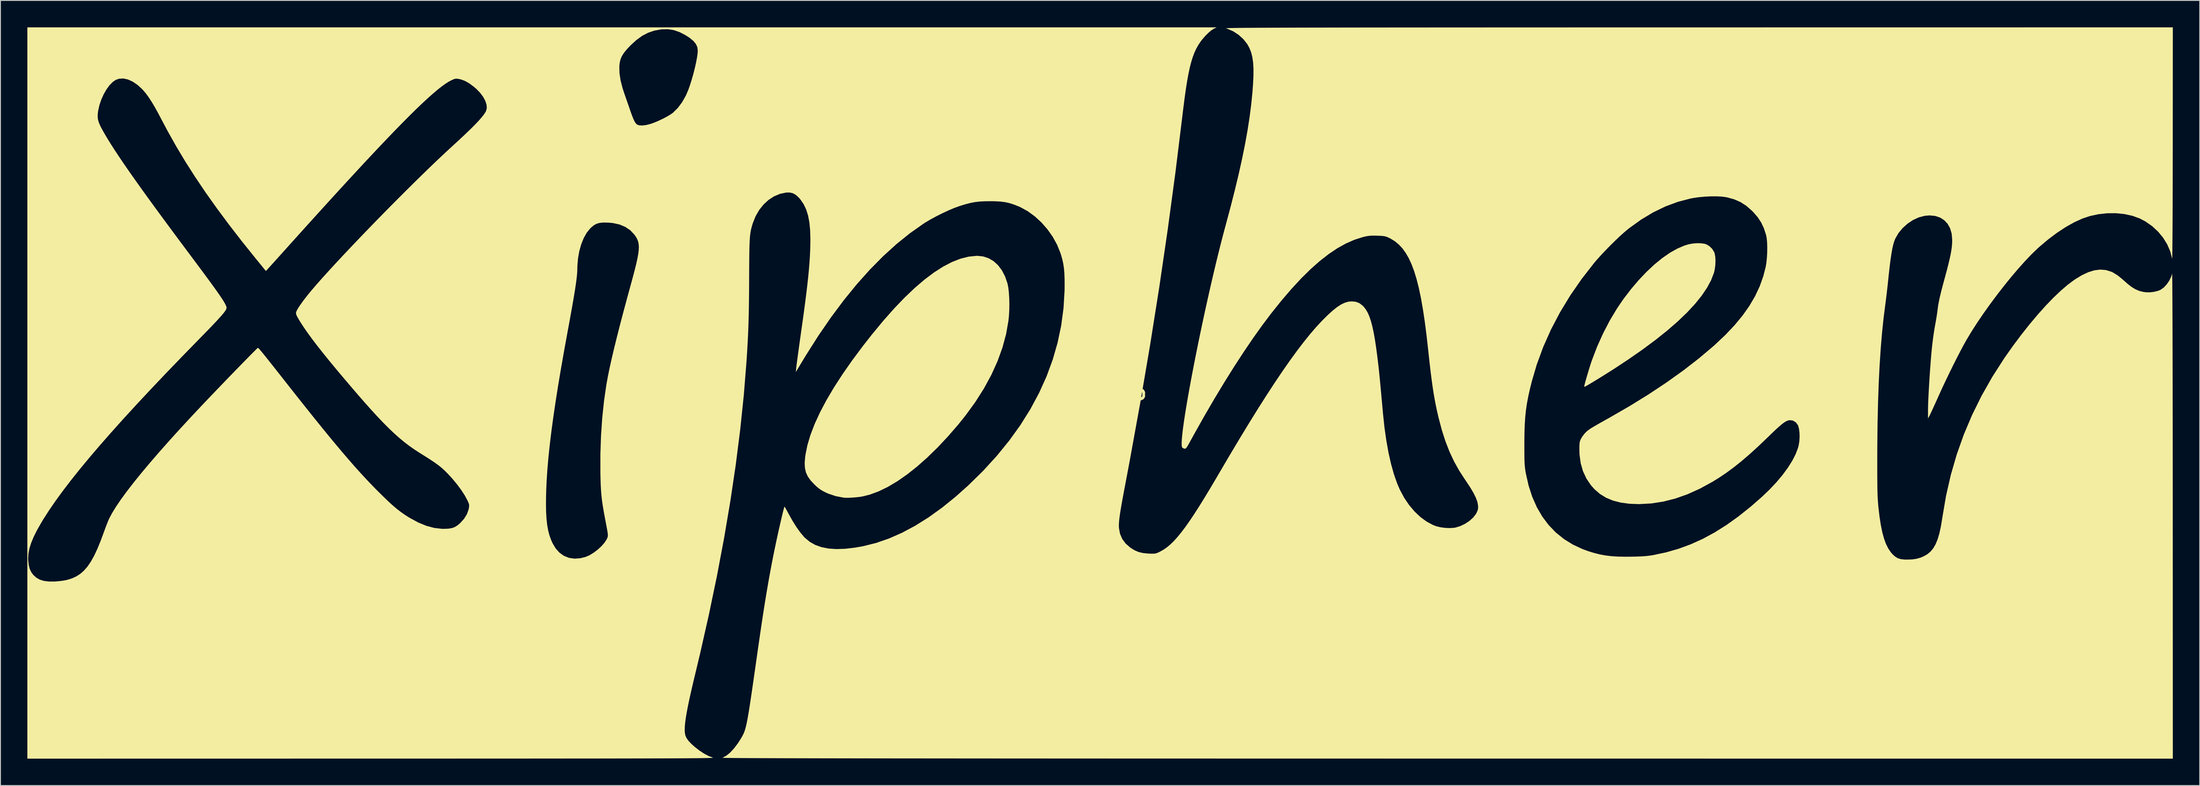
<source format=kicad_pcb>
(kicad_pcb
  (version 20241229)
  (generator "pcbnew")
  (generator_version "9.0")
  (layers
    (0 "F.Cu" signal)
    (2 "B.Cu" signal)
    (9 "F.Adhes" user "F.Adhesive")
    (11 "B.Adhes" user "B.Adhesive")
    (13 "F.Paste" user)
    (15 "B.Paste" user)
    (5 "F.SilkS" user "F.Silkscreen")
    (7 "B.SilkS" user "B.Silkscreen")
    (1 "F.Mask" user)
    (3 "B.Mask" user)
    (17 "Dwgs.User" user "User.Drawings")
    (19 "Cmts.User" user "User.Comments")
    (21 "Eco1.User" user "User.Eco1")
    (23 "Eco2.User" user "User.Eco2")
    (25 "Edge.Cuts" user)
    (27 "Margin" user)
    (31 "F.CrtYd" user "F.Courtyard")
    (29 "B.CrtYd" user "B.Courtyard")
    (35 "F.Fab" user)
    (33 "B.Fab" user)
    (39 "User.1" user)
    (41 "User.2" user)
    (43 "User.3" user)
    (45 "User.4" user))
  (footprint "text_logo"
    (layer "F.Cu")
    (at 119.555 40.728)
    (property "Reference" "text_logo" (at 0 0 0) (layer "F.SilkS") (effects (font (size 1.524 1.524) (thickness 0.3))))
    (attr board_only exclude_from_pos_files exclude_from_bom)
    (fp_poly (pts (xy 67.049 -16.655) (xy 67.447 -16.593) (xy 67.601 -16.546) (xy 67.962 -16.339) (xy 68.274 -16.034) (xy 68.496 -15.675) (xy 68.549 -15.532) (xy 68.619 -15.153) (xy 68.642 -14.687) (xy 68.619 -14.185) (xy 68.552 -13.698) (xy 68.47 -13.36) (xy 68.153 -12.538) (xy 67.693 -11.684) (xy 67.091 -10.797) (xy 66.348 -9.878) (xy 65.463 -8.927) (xy 64.437 -7.945) (xy 63.27 -6.931) (xy 61.962 -5.886) (xy 60.513 -4.81) (xy 58.923 -3.703) (xy 57.442 -2.725) (xy 57.031 -2.461) (xy 56.589 -2.182) (xy 56.134 -1.897) (xy 55.683 -1.618) (xy 55.255 -1.355) (xy 54.866 -1.119) (xy 54.534 -0.921) (xy 54.277 -0.771) (xy 54.112 -0.68) (xy 54.058 -0.657) (xy 54.012 -0.712) (xy 54.011 -0.72) (xy 54.032 -0.83) (xy 54.089 -1.052) (xy 54.175 -1.362) (xy 54.281 -1.733) (xy 54.4 -2.139) (xy 54.525 -2.553) (xy 54.648 -2.95) (xy 54.761 -3.304) (xy 54.853 -3.576) (xy 55.435 -5.102) (xy 56.108 -6.599) (xy 56.854 -8.036) (xy 57.661 -9.385) (xy 58.379 -10.437) (xy 59.225 -11.542) (xy 60.089 -12.557) (xy 60.962 -13.477) (xy 61.836 -14.294) (xy 62.704 -15.002) (xy 63.557 -15.594) (xy 64.388 -16.063) (xy 65.188 -16.404) (xy 65.617 -16.535) (xy 66.088 -16.625) (xy 66.58 -16.665)) (stroke (width 0) (type solid)) (fill yes) (layer "F.SilkS"))
    (fp_poly (pts (xy -12.986 -15.185) (xy -12.379 -14.982) (xy -11.826 -14.652) (xy -11.333 -14.201) (xy -10.909 -13.636) (xy -10.56 -12.965) (xy -10.293 -12.192) (xy -10.283 -12.153) (xy -10.196 -11.716) (xy -10.133 -11.168) (xy -10.093 -10.543) (xy -10.078 -9.874) (xy -10.089 -9.194) (xy -10.127 -8.536) (xy -10.178 -8.04) (xy -10.44 -6.542) (xy -10.846 -5.033) (xy -11.394 -3.516) (xy -12.082 -1.996) (xy -12.909 -0.474) (xy -13.874 1.045) (xy -14.974 2.557) (xy -15.761 3.537) (xy -16.928 4.883) (xy -18.087 6.117) (xy -19.235 7.236) (xy -20.366 8.238) (xy -21.477 9.118) (xy -22.564 9.874) (xy -23.623 10.503) (xy -24.649 11.001) (xy -25.639 11.366) (xy -26.458 11.571) (xy -26.824 11.628) (xy -27.25 11.673) (xy -27.69 11.705) (xy -28.099 11.72) (xy -28.43 11.715) (xy -28.539 11.706) (xy -29.423 11.538) (xy -30.266 11.256) (xy -30.56 11.125) (xy -30.941 10.927) (xy -31.258 10.721) (xy -31.568 10.467) (xy -31.816 10.234) (xy -32.237 9.783) (xy -32.548 9.345) (xy -32.756 8.894) (xy -32.869 8.402) (xy -32.897 7.843) (xy -32.846 7.191) (xy -32.813 6.944) (xy -32.597 5.864) (xy -32.254 4.712) (xy -31.785 3.49) (xy -31.191 2.199) (xy -30.472 0.839) (xy -29.63 -0.587) (xy -28.663 -2.08) (xy -27.574 -3.638) (xy -26.362 -5.26) (xy -25.362 -6.532) (xy -24.123 -8.03) (xy -22.92 -9.387) (xy -21.754 -10.603) (xy -20.625 -11.677) (xy -19.533 -12.611) (xy -18.478 -13.403) (xy -17.459 -14.055) (xy -16.477 -14.566) (xy -15.532 -14.936) (xy -14.623 -15.165) (xy -13.75 -15.253) (xy -13.64 -15.255)) (stroke (width 0) (type solid)) (fill yes) (layer "F.SilkS"))
    (fp_poly (pts (xy 119.62 -27.644) (xy 119.618 -26.114) (xy 119.616 -24.659) (xy 119.614 -23.286) (xy 119.611 -21.998) (xy 119.607 -20.801) (xy 119.603 -19.701) (xy 119.598 -18.701) (xy 119.593 -17.808) (xy 119.587 -17.026) (xy 119.581 -16.36) (xy 119.575 -15.816) (xy 119.568 -15.397) (xy 119.561 -15.111) (xy 119.554 -14.961) (xy 119.547 -14.945) (xy 119.341 -15.753) (xy 119.002 -16.535) (xy 118.544 -17.276) (xy 117.98 -17.958) (xy 117.324 -18.565) (xy 116.588 -19.08) (xy 115.945 -19.419) (xy 115.13 -19.716) (xy 114.234 -19.913) (xy 113.285 -20.008) (xy 112.308 -20.002) (xy 111.329 -19.895) (xy 110.373 -19.688) (xy 109.569 -19.42) (xy 108.658 -19.007) (xy 107.703 -18.473) (xy 106.721 -17.828) (xy 105.729 -17.084) (xy 104.743 -16.252) (xy 104.544 -16.072) (xy 103.882 -15.433) (xy 103.166 -14.684) (xy 102.411 -13.84) (xy 101.63 -12.922) (xy 100.839 -11.946) (xy 100.049 -10.931) (xy 99.277 -9.895) (xy 98.535 -8.855) (xy 97.838 -7.831) (xy 97.2 -6.839) (xy 96.634 -5.899) (xy 96.604 -5.846) (xy 96.287 -5.278) (xy 95.926 -4.599) (xy 95.532 -3.837) (xy 95.119 -3.015) (xy 94.698 -2.158) (xy 94.282 -1.293) (xy 93.883 -0.443) (xy 93.515 0.367) (xy 93.5 0.401) (xy 93.279 0.894) (xy 93.067 1.362) (xy 92.874 1.782) (xy 92.712 2.133) (xy 92.59 2.392) (xy 92.527 2.518) (xy 92.337 2.883) (xy 92.334 1.971) (xy 92.339 1.586) (xy 92.356 1.079) (xy 92.382 0.473) (xy 92.418 -0.208) (xy 92.46 -0.941) (xy 92.508 -1.704) (xy 92.561 -2.472) (xy 92.616 -3.222) (xy 92.673 -3.932) (xy 92.729 -4.577) (xy 92.767 -4.968) (xy 92.828 -5.513) (xy 92.904 -6.106) (xy 92.988 -6.694) (xy 93.072 -7.224) (xy 93.126 -7.522) (xy 93.206 -7.959) (xy 93.279 -8.392) (xy 93.34 -8.779) (xy 93.381 -9.079) (xy 93.39 -9.16) (xy 93.474 -9.775) (xy 93.621 -10.52) (xy 93.829 -11.394) (xy 94.021 -12.116) (xy 94.259 -12.991) (xy 94.459 -13.742) (xy 94.622 -14.385) (xy 94.753 -14.936) (xy 94.855 -15.409) (xy 94.929 -15.821) (xy 94.981 -16.187) (xy 95.013 -16.524) (xy 95.029 -16.846) (xy 95.031 -17.053) (xy 94.972 -17.732) (xy 94.799 -18.326) (xy 94.52 -18.827) (xy 94.144 -19.229) (xy 93.68 -19.523) (xy 93.133 -19.703) (xy 92.514 -19.763) (xy 91.98 -19.719) (xy 91.318 -19.549) (xy 90.671 -19.253) (xy 90.062 -18.85) (xy 89.515 -18.359) (xy 89.052 -17.802) (xy 88.698 -17.196) (xy 88.565 -16.87) (xy 88.462 -16.524) (xy 88.362 -16.084) (xy 88.264 -15.539) (xy 88.165 -14.88) (xy 88.065 -14.098) (xy 87.962 -13.184) (xy 87.916 -12.748) (xy 87.856 -12.177) (xy 87.791 -11.588) (xy 87.725 -11.019) (xy 87.663 -10.505) (xy 87.609 -10.084) (xy 87.589 -9.938) (xy 87.389 -8.379) (xy 87.214 -6.711) (xy 87.064 -4.93) (xy 86.939 -3.031) (xy 86.839 -1.008) (xy 86.763 1.141) (xy 86.711 3.422) (xy 86.683 5.841) (xy 86.677 7.372) (xy 86.677 8.307) (xy 86.679 9.111) (xy 86.683 9.799) (xy 86.689 10.387) (xy 86.697 10.89) (xy 86.709 11.323) (xy 86.724 11.701) (xy 86.744 12.039) (xy 86.767 12.353) (xy 86.795 12.658) (xy 86.805 12.76) (xy 86.931 13.829) (xy 87.076 14.764) (xy 87.242 15.575) (xy 87.433 16.272) (xy 87.652 16.866) (xy 87.903 17.369) (xy 88.188 17.789) (xy 88.396 18.026) (xy 88.686 18.288) (xy 88.982 18.462) (xy 89.323 18.563) (xy 89.748 18.606) (xy 89.973 18.61) (xy 90.566 18.59) (xy 91.067 18.517) (xy 91.523 18.385) (xy 91.856 18.244) (xy 92.261 18.012) (xy 92.613 17.719) (xy 92.917 17.353) (xy 93.179 16.902) (xy 93.405 16.353) (xy 93.6 15.696) (xy 93.77 14.918) (xy 93.921 14.009) (xy 93.936 13.904) (xy 94.344 11.504) (xy 94.877 9.169) (xy 95.537 6.892) (xy 96.327 4.666) (xy 97.25 2.486) (xy 98.308 0.344) (xy 99.505 -1.765) (xy 100.842 -3.849) (xy 101.807 -5.219) (xy 102.74 -6.464) (xy 103.667 -7.634) (xy 104.579 -8.718) (xy 105.469 -9.71) (xy 106.33 -10.601) (xy 107.154 -11.383) (xy 107.933 -12.048) (xy 108.66 -12.589) (xy 108.69 -12.609) (xy 109.47 -13.087) (xy 110.2 -13.43) (xy 110.886 -13.642) (xy 111.535 -13.722) (xy 112.152 -13.673) (xy 112.744 -13.495) (xy 112.936 -13.407) (xy 113.464 -13.087) (xy 114.024 -12.632) (xy 114.093 -12.569) (xy 114.599 -12.121) (xy 115.046 -11.778) (xy 115.46 -11.527) (xy 115.866 -11.352) (xy 116.291 -11.242) (xy 116.635 -11.192) (xy 117.077 -11.186) (xy 117.552 -11.246) (xy 117.996 -11.359) (xy 118.254 -11.465) (xy 118.607 -11.712) (xy 118.942 -12.068) (xy 119.234 -12.497) (xy 119.455 -12.961) (xy 119.549 -13.266) (xy 119.554 -13.216) (xy 119.559 -13.024) (xy 119.564 -12.694) (xy 119.569 -12.229) (xy 119.574 -11.635) (xy 119.578 -10.914) (xy 119.583 -10.071) (xy 119.587 -9.109) (xy 119.591 -8.033) (xy 119.595 -6.847) (xy 119.598 -5.554) (xy 119.602 -4.158) (xy 119.605 -2.664) (xy 119.608 -1.075) (xy 119.61 0.605) (xy 119.613 2.371) (xy 119.615 4.22) (xy 119.617 6.149) (xy 119.618 8.152) (xy 119.619 10.226) (xy 119.62 12.368) (xy 119.621 13.631) (xy 119.628 40.801) (xy 38.666 40.795) (xy 34.321 40.795) (xy 30.12 40.794) (xy 26.061 40.794) (xy 22.142 40.793) (xy 18.361 40.793) (xy 14.717 40.792) (xy 11.207 40.791) (xy 7.83 40.791) (xy 4.583 40.79) (xy 1.464 40.789) (xy -1.528 40.788) (xy -4.395 40.787) (xy -7.139 40.785) (xy -9.763 40.784) (xy -12.268 40.783) (xy -14.656 40.781) (xy -16.929 40.78) (xy -19.089 40.778) (xy -21.138 40.776) (xy -23.078 40.775) (xy -24.911 40.773) (xy -26.638 40.771) (xy -28.262 40.768) (xy -29.785 40.766) (xy -31.208 40.764) (xy -32.534 40.761) (xy -33.764 40.759) (xy -34.9 40.756) (xy -35.945 40.753) (xy -36.9 40.75) (xy -37.767 40.747) (xy -38.549 40.744) (xy -39.246 40.741) (xy -39.862 40.737) (xy -40.397 40.733) (xy -40.854 40.73) (xy -41.235 40.726) (xy -41.542 40.722) (xy -41.777 40.718) (xy -41.941 40.713) (xy -42.036 40.709) (xy -42.066 40.704) (xy -42.064 40.704) (xy -41.65 40.486) (xy -41.217 40.136) (xy -40.777 39.663) (xy -40.338 39.08) (xy -40.049 38.629) (xy -39.949 38.463) (xy -39.859 38.307) (xy -39.776 38.153) (xy -39.7 37.993) (xy -39.628 37.818) (xy -39.559 37.619) (xy -39.491 37.388) (xy -39.423 37.116) (xy -39.352 36.795) (xy -39.278 36.417) (xy -39.199 35.972) (xy -39.112 35.453) (xy -39.016 34.85) (xy -38.911 34.155) (xy -38.793 33.36) (xy -38.661 32.456) (xy -38.514 31.435) (xy -38.35 30.288) (xy -38.168 29.007) (xy -38.132 28.757) (xy -37.91 27.216) (xy -37.701 25.801) (xy -37.502 24.496) (xy -37.31 23.282) (xy -37.122 22.142) (xy -36.935 21.058) (xy -36.746 20.012) (xy -36.553 18.986) (xy -36.387 18.138) (xy -36.274 17.582) (xy -36.151 16.99) (xy -36.02 16.378) (xy -35.886 15.763) (xy -35.752 15.161) (xy -35.622 14.588) (xy -35.5 14.062) (xy -35.39 13.598) (xy -35.295 13.214) (xy -35.22 12.925) (xy -35.167 12.749) (xy -35.144 12.7) (xy -35.103 12.761) (xy -35.007 12.926) (xy -34.87 13.173) (xy -34.706 13.477) (xy -34.674 13.538) (xy -34.239 14.309) (xy -33.803 15.002) (xy -33.376 15.597) (xy -32.973 16.075) (xy -32.874 16.177) (xy -32.343 16.621) (xy -31.731 16.969) (xy -31.034 17.22) (xy -30.248 17.376) (xy -29.367 17.437) (xy -28.386 17.404) (xy -27.301 17.278) (xy -26.36 17.111) (xy -24.926 16.753) (xy -23.483 16.253) (xy -22.029 15.612) (xy -20.563 14.828) (xy -19.085 13.901) (xy -17.594 12.83) (xy -16.089 11.615) (xy -14.669 10.349) (xy -13.005 8.716) (xy -11.479 7.047) (xy -10.091 5.342) (xy -8.842 3.604) (xy -7.733 1.832) (xy -6.764 0.028) (xy -5.936 -1.806) (xy -5.249 -3.67) (xy -4.704 -5.563) (xy -4.3 -7.483) (xy -4.04 -9.43) (xy -3.923 -11.401) (xy -3.916 -11.97) (xy -3.922 -12.707) (xy -3.947 -13.331) (xy -3.993 -13.874) (xy -4.066 -14.367) (xy -4.17 -14.843) (xy -4.309 -15.334) (xy -4.388 -15.581) (xy -4.756 -16.493) (xy -5.242 -17.375) (xy -5.829 -18.209) (xy -6.5 -18.975) (xy -7.24 -19.655) (xy -8.03 -20.231) (xy -8.856 -20.684) (xy -9.037 -20.764) (xy -9.573 -20.975) (xy -10.061 -21.131) (xy -10.542 -21.238) (xy -11.056 -21.305) (xy -11.642 -21.338) (xy -12.189 -21.346) (xy -12.861 -21.337) (xy -13.435 -21.305) (xy -13.957 -21.241) (xy -14.475 -21.139) (xy -15.033 -20.991) (xy -15.663 -20.796) (xy -16.222 -20.592) (xy -16.863 -20.322) (xy -17.548 -20.003) (xy -18.239 -19.655) (xy -18.899 -19.296) (xy -19.491 -18.943) (xy -19.652 -18.839) (xy -21.166 -17.772) (xy -22.669 -16.56) (xy -24.159 -15.206) (xy -25.635 -13.712) (xy -27.094 -12.079) (xy -28.536 -10.308) (xy -29.959 -8.402) (xy -31.362 -6.363) (xy -32.742 -4.191) (xy -33.027 -3.722) (xy -33.884 -2.299) (xy -33.834 -2.81) (xy -33.814 -2.981) (xy -33.776 -3.281) (xy -33.721 -3.693) (xy -33.652 -4.203) (xy -33.571 -4.794) (xy -33.48 -5.451) (xy -33.381 -6.157) (xy -33.277 -6.897) (xy -33.243 -7.134) (xy -33.05 -8.511) (xy -32.882 -9.756) (xy -32.737 -10.883) (xy -32.614 -11.905) (xy -32.512 -12.835) (xy -32.429 -13.685) (xy -32.364 -14.468) (xy -32.316 -15.197) (xy -32.284 -15.886) (xy -32.266 -16.545) (xy -32.261 -17.116) (xy -32.288 -18.111) (xy -32.373 -18.984) (xy -32.518 -19.747) (xy -32.727 -20.415) (xy -33.004 -21) (xy -33.353 -21.515) (xy -33.506 -21.698) (xy -33.851 -22.028) (xy -34.197 -22.23) (xy -34.575 -22.317) (xy -34.961 -22.31) (xy -35.652 -22.166) (xy -36.311 -21.889) (xy -36.924 -21.49) (xy -37.48 -20.98) (xy -37.965 -20.372) (xy -38.368 -19.676) (xy -38.676 -18.904) (xy -38.755 -18.65) (xy -38.822 -18.411) (xy -38.88 -18.176) (xy -38.928 -17.93) (xy -38.967 -17.659) (xy -38.999 -17.352) (xy -39.025 -16.994) (xy -39.044 -16.573) (xy -39.059 -16.075) (xy -39.069 -15.486) (xy -39.077 -14.794) (xy -39.083 -13.985) (xy -39.087 -13.046) (xy -39.088 -12.846) (xy -39.094 -11.62) (xy -39.104 -10.517) (xy -39.118 -9.512) (xy -39.137 -8.582) (xy -39.162 -7.702) (xy -39.193 -6.851) (xy -39.232 -6.002) (xy -39.279 -5.134) (xy -39.334 -4.222) (xy -39.381 -3.503) (xy -39.681 0.242) (xy -40.081 4.09) (xy -40.581 8.037) (xy -41.182 12.08) (xy -41.882 16.217) (xy -42.68 20.444) (xy -43.578 24.759) (xy -44.573 29.159) (xy -45.044 31.13) (xy -45.319 32.279) (xy -45.556 33.297) (xy -45.756 34.195) (xy -45.92 34.981) (xy -46.05 35.665) (xy -46.149 36.257) (xy -46.218 36.766) (xy -46.258 37.203) (xy -46.271 37.576) (xy -46.261 37.87) (xy -46.205 38.191) (xy -46.074 38.498) (xy -45.854 38.812) (xy -45.531 39.154) (xy -45.165 39.482) (xy -44.628 39.902) (xy -44.089 40.255) (xy -43.577 40.522) (xy -43.136 40.684) (xy -43.118 40.692) (xy -43.127 40.699) (xy -43.166 40.706) (xy -43.24 40.713) (xy -43.351 40.72) (xy -43.503 40.726) (xy -43.7 40.731) (xy -43.945 40.737) (xy -44.242 40.742) (xy -44.593 40.747) (xy -45.004 40.751) (xy -45.476 40.755) (xy -46.015 40.759) (xy -46.622 40.763) (xy -47.303 40.766) (xy -48.059 40.77) (xy -48.896 40.773) (xy -49.815 40.775) (xy -50.822 40.778) (xy -51.918 40.78) (xy -53.109 40.782) (xy -54.396 40.784) (xy -55.785 40.786) (xy -57.278 40.787) (xy -58.879 40.788) (xy -60.591 40.79) (xy -62.418 40.791) (xy -64.364 40.792) (xy -66.431 40.793) (xy -68.624 40.793) (xy -70.946 40.794) (xy -73.4 40.795) (xy -75.99 40.795) (xy -78.72 40.795) (xy -81.145 40.796) (xy -119.555 40.801) (xy -119.555 18.507) (xy -119.468 18.507) (xy -119.461 18.683) (xy -119.399 19.231) (xy -119.283 19.673) (xy -119.1 20.043) (xy -118.895 20.314) (xy -118.557 20.625) (xy -118.161 20.849) (xy -117.687 20.99) (xy -117.119 21.056) (xy -116.467 21.052) (xy -116.064 21.02) (xy -115.642 20.968) (xy -115.267 20.904) (xy -115.116 20.87) (xy -114.582 20.704) (xy -114.095 20.481) (xy -113.648 20.192) (xy -113.234 19.827) (xy -112.844 19.376) (xy -112.472 18.829) (xy -112.109 18.177) (xy -111.749 17.409) (xy -111.383 16.516) (xy -111.025 15.547) (xy -110.874 15.134) (xy -110.72 14.728) (xy -110.578 14.37) (xy -110.462 14.097) (xy -110.432 14.034) (xy -110.106 13.418) (xy -109.67 12.709) (xy -109.127 11.91) (xy -108.479 11.023) (xy -107.726 10.049) (xy -106.872 8.991) (xy -105.917 7.852) (xy -104.864 6.632) (xy -103.714 5.335) (xy -102.469 3.963) (xy -101.131 2.517) (xy -100.14 1.464) (xy -99.684 0.983) (xy -99.192 0.467) (xy -98.673 -0.075) (xy -98.137 -0.633) (xy -97.594 -1.197) (xy -97.054 -1.757) (xy -96.524 -2.303) (xy -96.017 -2.826) (xy -95.54 -3.315) (xy -95.104 -3.76) (xy -94.718 -4.153) (xy -94.391 -4.483) (xy -94.134 -4.739) (xy -93.956 -4.913) (xy -93.866 -4.995) (xy -93.858 -5) (xy -93.828 -4.987) (xy -93.776 -4.943) (xy -93.697 -4.86) (xy -93.584 -4.732) (xy -93.43 -4.549) (xy -93.231 -4.305) (xy -92.978 -3.993) (xy -92.668 -3.603) (xy -92.292 -3.13) (xy -91.845 -2.564) (xy -91.321 -1.9) (xy -90.714 -1.128) (xy -90.671 -1.073) (xy -89.567 0.327) (xy -88.542 1.618) (xy -87.592 2.806) (xy -86.708 3.9) (xy -85.886 4.906) (xy -85.118 5.833) (xy -84.398 6.688) (xy -83.72 7.478) (xy -83.078 8.212) (xy -82.464 8.896) (xy -81.873 9.538) (xy -81.297 10.147) (xy -80.732 10.729) (xy -80.507 10.955) (xy -79.89 11.567) (xy -79.351 12.086) (xy -78.871 12.525) (xy -78.431 12.902) (xy -78.013 13.231) (xy -77.598 13.529) (xy -77.167 13.811) (xy -76.893 13.979) (xy -75.961 14.482) (xy -75.065 14.848) (xy -74.197 15.079) (xy -73.35 15.177) (xy -73.136 15.182) (xy -72.631 15.163) (xy -72.231 15.1) (xy -71.895 14.978) (xy -71.586 14.784) (xy -71.323 14.56) (xy -70.876 14.069) (xy -70.552 13.547) (xy -70.362 13.012) (xy -70.347 12.939) (xy -70.309 12.705) (xy -70.304 12.531) (xy -70.334 12.401) (xy -61.738 12.401) (xy -61.724 13.287) (xy -61.679 14.064) (xy -61.603 14.749) (xy -61.494 15.359) (xy -61.348 15.912) (xy -61.163 16.425) (xy -61.015 16.76) (xy -60.658 17.364) (xy -60.227 17.843) (xy -59.73 18.195) (xy -59.173 18.416) (xy -58.561 18.504) (xy -57.9 18.456) (xy -57.32 18.312) (xy -56.888 18.126) (xy -56.432 17.849) (xy -55.982 17.509) (xy -55.57 17.131) (xy -55.226 16.743) (xy -54.982 16.371) (xy -54.943 16.29) (xy -54.896 16.182) (xy -54.862 16.086) (xy -54.843 15.981) (xy -54.841 15.849) (xy -54.857 15.67) (xy -54.893 15.426) (xy -54.951 15.096) (xy -55.033 14.661) (xy -55.14 14.103) (xy -55.143 14.087) (xy -55.285 13.326) (xy -55.398 12.664) (xy -55.486 12.064) (xy -55.552 11.491) (xy -55.6 10.91) (xy -55.634 10.284) (xy -55.658 9.578) (xy -55.672 8.895) (xy -55.671 6.836) (xy -55.602 4.805) (xy -55.467 2.826) (xy -55.267 0.922) (xy -55.005 -0.884) (xy -54.842 -1.788) (xy -54.658 -2.69) (xy -54.429 -3.723) (xy -54.156 -4.884) (xy -53.841 -6.164) (xy -53.486 -7.559) (xy -53.091 -9.062) (xy -52.659 -10.668) (xy -52.332 -11.861) (xy -52.075 -12.802) (xy -51.86 -13.616) (xy -51.686 -14.316) (xy -51.552 -14.914) (xy -51.458 -15.423) (xy -51.402 -15.854) (xy -51.383 -16.222) (xy -51.401 -16.537) (xy -51.454 -16.813) (xy -51.542 -17.062) (xy -51.663 -17.297) (xy -51.817 -17.53) (xy -51.887 -17.625) (xy -52.339 -18.104) (xy -52.892 -18.48) (xy -53.54 -18.75) (xy -54.28 -18.912) (xy -54.785 -18.958) (xy -55.305 -18.968) (xy -55.717 -18.935) (xy -56.054 -18.848) (xy -56.35 -18.697) (xy -56.639 -18.47) (xy -56.806 -18.311) (xy -57.192 -17.836) (xy -57.527 -17.243) (xy -57.806 -16.552) (xy -58.022 -15.784) (xy -58.169 -14.959) (xy -58.239 -14.099) (xy -58.245 -13.79) (xy -58.252 -13.517) (xy -58.275 -13.191) (xy -58.315 -12.802) (xy -58.373 -12.341) (xy -58.452 -11.798) (xy -58.551 -11.165) (xy -58.674 -10.431) (xy -58.82 -9.587) (xy -58.993 -8.624) (xy -59.192 -7.532) (xy -59.31 -6.897) (xy -59.708 -4.715) (xy -60.068 -2.666) (xy -60.39 -0.743) (xy -60.675 1.06) (xy -60.923 2.75) (xy -61.137 4.335) (xy -61.317 5.822) (xy -61.464 7.217) (xy -61.578 8.528) (xy -61.661 9.762) (xy -61.713 10.924) (xy -61.726 11.389) (xy -61.738 12.401) (xy -70.334 12.401) (xy -70.342 12.363) (xy -70.432 12.146) (xy -70.496 12.006) (xy -70.788 11.463) (xy -71.176 10.864) (xy -71.639 10.238) (xy -72.154 9.613) (xy -72.698 9.018) (xy -73.019 8.699) (xy -73.26 8.477) (xy -73.513 8.261) (xy -73.797 8.041) (xy -74.129 7.803) (xy -74.528 7.533) (xy -75.012 7.22) (xy -75.598 6.851) (xy -75.813 6.717) (xy -76.388 6.346) (xy -76.948 5.953) (xy -77.505 5.53) (xy -78.066 5.067) (xy -78.643 4.555) (xy -79.244 3.985) (xy -79.88 3.346) (xy -80.561 2.63) (xy -81.295 1.827) (xy -82.094 0.929) (xy -82.966 -0.075) (xy -83.25 -0.406) (xy -84.233 -1.56) (xy -85.12 -2.616) (xy -85.917 -3.58) (xy -86.628 -4.46) (xy -87.259 -5.261) (xy -87.815 -5.992) (xy -88.302 -6.658) (xy -88.725 -7.268) (xy -89.089 -7.826) (xy -89.333 -8.226) (xy -89.493 -8.513) (xy -89.58 -8.715) (xy -89.607 -8.869) (xy -89.596 -8.968) (xy -89.517 -9.162) (xy -89.352 -9.45) (xy -89.11 -9.816) (xy -88.801 -10.244) (xy -88.437 -10.718) (xy -88.284 -10.912) (xy -87.831 -11.46) (xy -87.281 -12.098) (xy -86.644 -12.817) (xy -85.928 -13.608) (xy -85.144 -14.46) (xy -84.3 -15.365) (xy -83.407 -16.311) (xy -82.473 -17.291) (xy -81.507 -18.293) (xy -80.519 -19.31) (xy -79.519 -20.33) (xy -78.516 -21.344) (xy -77.518 -22.343) (xy -76.536 -23.317) (xy -75.579 -24.256) (xy -74.656 -25.152) (xy -73.777 -25.993) (xy -72.95 -26.771) (xy -72.221 -27.443) (xy -71.426 -28.173) (xy -70.738 -28.818) (xy -70.15 -29.384) (xy -69.656 -29.877) (xy -69.25 -30.305) (xy -68.926 -30.673) (xy -68.677 -30.988) (xy -68.496 -31.257) (xy -68.428 -31.379) (xy -68.335 -31.717) (xy -68.362 -32.107) (xy -68.501 -32.535) (xy -68.744 -32.983) (xy -69.083 -33.435) (xy -69.511 -33.876) (xy -69.766 -34.095) (xy -70.267 -34.468) (xy -70.718 -34.731) (xy -71.148 -34.902) (xy -71.428 -34.969) (xy -71.657 -35.004) (xy -71.832 -35.001) (xy -72.013 -34.95) (xy -72.259 -34.842) (xy -72.282 -34.831) (xy -72.593 -34.665) (xy -72.948 -34.438) (xy -73.35 -34.149) (xy -73.802 -33.793) (xy -74.305 -33.37) (xy -74.863 -32.875) (xy -75.477 -32.307) (xy -76.152 -31.663) (xy -76.888 -30.94) (xy -77.689 -30.135) (xy -78.558 -29.247) (xy -79.496 -28.272) (xy -80.507 -27.207) (xy -81.593 -26.051) (xy -82.757 -24.8) (xy -84 -23.452) (xy -85.327 -22.004) (xy -86.738 -20.454) (xy -88.238 -18.799) (xy -89.828 -17.036) (xy -90.61 -16.167) (xy -91.052 -15.675) (xy -91.468 -15.212) (xy -91.849 -14.79) (xy -92.181 -14.422) (xy -92.454 -14.119) (xy -92.657 -13.895) (xy -92.779 -13.762) (xy -92.804 -13.735) (xy -92.964 -13.566) (xy -94.055 -14.903) (xy -95.623 -16.856) (xy -97.079 -18.737) (xy -98.431 -20.557) (xy -99.687 -22.326) (xy -100.853 -24.057) (xy -101.939 -25.759) (xy -102.951 -27.446) (xy -103.896 -29.127) (xy -104.559 -30.376) (xy -104.987 -31.187) (xy -105.371 -31.878) (xy -105.721 -32.463) (xy -106.045 -32.956) (xy -106.353 -33.374) (xy -106.655 -33.729) (xy -106.772 -33.853) (xy -107.295 -34.328) (xy -107.822 -34.684) (xy -108.342 -34.918) (xy -108.844 -35.026) (xy -109.316 -35.003) (xy -109.679 -34.882) (xy -110.036 -34.642) (xy -110.39 -34.279) (xy -110.728 -33.819) (xy -111.037 -33.284) (xy -111.303 -32.697) (xy -111.514 -32.083) (xy -111.656 -31.466) (xy -111.684 -31.282) (xy -111.715 -30.95) (xy -111.71 -30.653) (xy -111.661 -30.362) (xy -111.56 -30.051) (xy -111.398 -29.691) (xy -111.167 -29.254) (xy -110.995 -28.949) (xy -110.667 -28.391) (xy -110.287 -27.774) (xy -109.85 -27.093) (xy -109.355 -26.343) (xy -108.797 -25.519) (xy -108.174 -24.619) (xy -107.482 -23.636) (xy -106.719 -22.567) (xy -105.882 -21.408) (xy -104.966 -20.153) (xy -103.97 -18.799) (xy -102.89 -17.342) (xy -101.723 -15.776) (xy -101.306 -15.218) (xy -100.615 -14.293) (xy -100.007 -13.476) (xy -99.478 -12.76) (xy -99.023 -12.138) (xy -98.636 -11.602) (xy -98.311 -11.146) (xy -98.045 -10.76) (xy -97.831 -10.44) (xy -97.664 -10.176) (xy -97.54 -9.962) (xy -97.452 -9.79) (xy -97.443 -9.77) (xy -97.362 -9.567) (xy -97.346 -9.429) (xy -97.391 -9.295) (xy -97.411 -9.255) (xy -97.504 -9.104) (xy -97.653 -8.904) (xy -97.864 -8.649) (xy -98.146 -8.332) (xy -98.503 -7.944) (xy -98.942 -7.479) (xy -99.471 -6.93) (xy -100.095 -6.29) (xy -100.394 -5.984) (xy -102.306 -4.026) (xy -104.106 -2.158) (xy -105.796 -0.377) (xy -107.38 1.319) (xy -108.859 2.931) (xy -110.234 4.464) (xy -111.509 5.918) (xy -112.684 7.296) (xy -113.763 8.601) (xy -114.746 9.835) (xy -115.636 11) (xy -116.436 12.099) (xy -117.146 13.134) (xy -117.77 14.107) (xy -117.971 14.439) (xy -118.456 15.289) (xy -118.84 16.053) (xy -119.129 16.743) (xy -119.327 17.373) (xy -119.438 17.956) (xy -119.468 18.507) (xy -119.555 18.507) (xy -119.555 -36.358) (xy -53.559 -36.358) (xy -53.543 -35.623) (xy -53.425 -34.829) (xy -53.202 -33.959) (xy -53.017 -33.392) (xy -52.855 -32.927) (xy -52.671 -32.401) (xy -52.492 -31.883) (xy -52.365 -31.516) (xy -52.179 -30.99) (xy -52.023 -30.588) (xy -51.889 -30.291) (xy -51.767 -30.082) (xy -51.649 -29.944) (xy -51.588 -29.894) (xy -51.349 -29.804) (xy -51.007 -29.786) (xy -50.584 -29.836) (xy -50.103 -29.956) (xy -50.056 -29.971) (xy -49.631 -30.123) (xy -49.162 -30.322) (xy -48.685 -30.549) (xy -48.237 -30.786) (xy -47.854 -31.014) (xy -47.577 -31.212) (xy -47.043 -31.74) (xy -46.559 -32.386) (xy -46.141 -33.128) (xy -45.872 -33.754) (xy -45.673 -34.32) (xy -45.48 -34.936) (xy -45.299 -35.577) (xy -45.138 -36.214) (xy -45.002 -36.82) (xy -44.899 -37.368) (xy -44.835 -37.831) (xy -44.815 -38.15) (xy -44.866 -38.524) (xy -45.025 -38.874) (xy -45.302 -39.211) (xy -45.706 -39.548) (xy -46.155 -39.841) (xy -46.832 -40.194) (xy -47.483 -40.419) (xy -48.136 -40.521) (xy -48.82 -40.509) (xy -48.9 -40.5) (xy -49.65 -40.366) (xy -50.345 -40.132) (xy -51.005 -39.788) (xy -51.652 -39.321) (xy -52.301 -38.728) (xy -52.731 -38.275) (xy -53.054 -37.876) (xy -53.284 -37.506) (xy -53.436 -37.137) (xy -53.524 -36.742) (xy -53.559 -36.358) (xy -119.555 -36.358) (xy -119.555 -40.728) (xy -53.263 -40.728) (xy 13.028 -40.727) (xy 12.715 -40.573) (xy 12.429 -40.389) (xy 12.097 -40.107) (xy 11.748 -39.756) (xy 11.411 -39.364) (xy 11.216 -39.106) (xy 10.975 -38.741) (xy 10.755 -38.347) (xy 10.555 -37.914) (xy 10.371 -37.429) (xy 10.201 -36.882) (xy 10.041 -36.262) (xy 9.889 -35.558) (xy 9.743 -34.758) (xy 9.6 -33.851) (xy 9.456 -32.827) (xy 9.309 -31.674) (xy 9.231 -31.02) (xy 8.44 -24.593) (xy 7.578 -18.198) (xy 6.641 -11.808) (xy 5.625 -5.396) (xy 4.526 1.064) (xy 3.339 7.601) (xy 2.887 9.996) (xy 2.709 10.933) (xy 2.559 11.739) (xy 2.435 12.428) (xy 2.335 13.012) (xy 2.257 13.503) (xy 2.199 13.914) (xy 2.16 14.258) (xy 2.138 14.548) (xy 2.13 14.796) (xy 2.135 15.015) (xy 2.14 15.09) (xy 2.255 15.727) (xy 2.502 16.302) (xy 2.881 16.815) (xy 3.391 17.264) (xy 3.441 17.3) (xy 3.886 17.575) (xy 4.329 17.764) (xy 4.815 17.879) (xy 5.39 17.936) (xy 5.461 17.94) (xy 5.803 17.952) (xy 6.044 17.95) (xy 6.229 17.925) (xy 6.403 17.87) (xy 6.611 17.775) (xy 6.739 17.712) (xy 7.098 17.511) (xy 7.46 17.261) (xy 7.831 16.955) (xy 8.214 16.586) (xy 8.616 16.148) (xy 9.041 15.634) (xy 9.495 15.038) (xy 9.981 14.353) (xy 10.506 13.571) (xy 11.074 12.687) (xy 11.69 11.694) (xy 12.36 10.585) (xy 13.088 9.354) (xy 13.286 9.014) (xy 14.462 7.013) (xy 15.58 5.141) (xy 16.642 3.394) (xy 17.65 1.77) (xy 18.608 0.264) (xy 19.517 -1.128) (xy 20.38 -2.409) (xy 21.199 -3.582) (xy 21.977 -4.651) (xy 22.716 -5.621) (xy 23.419 -6.493) (xy 24.088 -7.273) (xy 24.726 -7.963) (xy 24.808 -8.048) (xy 25.422 -8.658) (xy 25.968 -9.153) (xy 26.457 -9.541) (xy 26.902 -9.83) (xy 27.314 -10.027) (xy 27.706 -10.141) (xy 28.088 -10.178) (xy 28.101 -10.178) (xy 28.566 -10.128) (xy 28.961 -9.97) (xy 29.321 -9.689) (xy 29.435 -9.569) (xy 29.658 -9.283) (xy 29.862 -8.937) (xy 30.047 -8.52) (xy 30.219 -8.021) (xy 30.378 -7.43) (xy 30.529 -6.738) (xy 30.673 -5.933) (xy 30.813 -5.004) (xy 30.953 -3.942) (xy 30.98 -3.722) (xy 31.028 -3.324) (xy 31.074 -2.927) (xy 31.119 -2.518) (xy 31.165 -2.078) (xy 31.213 -1.592) (xy 31.266 -1.045) (xy 31.325 -0.419) (xy 31.392 0.301) (xy 31.467 1.132) (xy 31.553 2.089) (xy 31.568 2.263) (xy 31.734 3.832) (xy 31.941 5.308) (xy 32.188 6.681) (xy 32.473 7.945) (xy 32.793 9.089) (xy 33.148 10.105) (xy 33.459 10.827) (xy 33.935 11.713) (xy 34.483 12.522) (xy 35.091 13.244) (xy 35.747 13.864) (xy 36.436 14.371) (xy 37.148 14.75) (xy 37.512 14.89) (xy 37.969 15.004) (xy 38.492 15.074) (xy 39.02 15.096) (xy 39.496 15.066) (xy 39.652 15.04) (xy 40.194 14.875) (xy 40.725 14.62) (xy 41.211 14.297) (xy 41.624 13.926) (xy 41.933 13.529) (xy 42.01 13.389) (xy 42.124 13.129) (xy 42.175 12.913) (xy 42.176 12.662) (xy 42.166 12.537) (xy 42.091 12.156) (xy 41.927 11.709) (xy 41.669 11.188) (xy 41.314 10.585) (xy 40.858 9.892) (xy 40.73 9.707) (xy 40.077 8.704) (xy 39.499 7.668) (xy 38.988 6.577) (xy 38.63 5.657) (xy 47.335 5.657) (xy 47.335 6.33) (xy 47.338 6.88) (xy 47.343 7.326) (xy 47.353 7.69) (xy 47.369 7.994) (xy 47.391 8.259) (xy 47.421 8.506) (xy 47.459 8.757) (xy 47.504 9.014) (xy 47.809 10.365) (xy 48.216 11.616) (xy 48.725 12.766) (xy 49.333 13.813) (xy 50.041 14.755) (xy 50.846 15.591) (xy 51.748 16.319) (xy 52.744 16.937) (xy 53.835 17.444) (xy 54.426 17.66) (xy 55.096 17.867) (xy 55.732 18.028) (xy 56.366 18.147) (xy 57.028 18.227) (xy 57.75 18.274) (xy 58.563 18.29) (xy 59.23 18.286) (xy 59.889 18.271) (xy 60.434 18.249) (xy 60.895 18.216) (xy 61.304 18.17) (xy 61.692 18.11) (xy 61.694 18.109) (xy 63.129 17.805) (xy 64.521 17.406) (xy 65.882 16.906) (xy 67.222 16.3) (xy 68.552 15.581) (xy 69.882 14.744) (xy 71.223 13.783) (xy 72.586 12.694) (xy 73.809 11.625) (xy 74.659 10.813) (xy 75.432 9.992) (xy 76.119 9.173) (xy 76.712 8.368) (xy 77.203 7.588) (xy 77.583 6.845) (xy 77.845 6.15) (xy 77.921 5.86) (xy 77.991 5.418) (xy 78.02 4.943) (xy 78.008 4.474) (xy 77.958 4.052) (xy 77.872 3.716) (xy 77.827 3.613) (xy 77.601 3.314) (xy 77.307 3.125) (xy 76.996 3.066) (xy 76.833 3.078) (xy 76.666 3.122) (xy 76.482 3.207) (xy 76.269 3.342) (xy 76.016 3.536) (xy 75.708 3.8) (xy 75.334 4.142) (xy 74.882 4.573) (xy 74.446 4.996) (xy 73.418 5.978) (xy 72.458 6.852) (xy 71.55 7.631) (xy 70.679 8.326) (xy 69.83 8.951) (xy 68.987 9.517) (xy 68.3 9.939) (xy 66.908 10.7) (xy 65.536 11.32) (xy 64.18 11.8) (xy 62.832 12.142) (xy 61.486 12.35) (xy 60.135 12.424) (xy 60.106 12.424) (xy 59.036 12.384) (xy 58.075 12.254) (xy 57.215 12.031) (xy 56.447 11.712) (xy 55.765 11.293) (xy 55.159 10.772) (xy 54.763 10.328) (xy 54.254 9.578) (xy 53.871 8.756) (xy 53.615 7.863) (xy 53.486 6.899) (xy 53.469 6.423) (xy 53.469 6.03) (xy 53.479 5.748) (xy 53.502 5.541) (xy 53.545 5.375) (xy 53.61 5.215) (xy 53.643 5.146) (xy 53.8 4.886) (xy 54.011 4.607) (xy 54.156 4.447) (xy 54.263 4.343) (xy 54.374 4.246) (xy 54.504 4.145) (xy 54.666 4.033) (xy 54.875 3.901) (xy 55.147 3.739) (xy 55.494 3.538) (xy 55.931 3.291) (xy 56.473 2.987) (xy 56.858 2.772) (xy 59.086 1.486) (xy 61.201 0.179) (xy 63.196 -1.146) (xy 65.065 -2.483) (xy 66.801 -3.828) (xy 68.398 -5.177) (xy 68.561 -5.322) (xy 69.731 -6.422) (xy 70.76 -7.509) (xy 71.655 -8.589) (xy 72.419 -9.67) (xy 73.057 -10.759) (xy 73.574 -11.863) (xy 73.975 -12.99) (xy 74.237 -14.014) (xy 74.319 -14.505) (xy 74.376 -15.063) (xy 74.408 -15.652) (xy 74.414 -16.237) (xy 74.394 -16.783) (xy 74.348 -17.252) (xy 74.283 -17.581) (xy 74.04 -18.324) (xy 73.739 -18.966) (xy 73.357 -19.55) (xy 72.868 -20.118) (xy 72.697 -20.291) (xy 72.086 -20.826) (xy 71.45 -21.238) (xy 70.756 -21.546) (xy 69.971 -21.767) (xy 69.851 -21.792) (xy 69.371 -21.858) (xy 68.785 -21.889) (xy 68.131 -21.887) (xy 67.444 -21.853) (xy 66.76 -21.789) (xy 66.115 -21.695) (xy 65.853 -21.644) (xy 64.451 -21.277) (xy 63.07 -20.765) (xy 61.71 -20.109) (xy 60.373 -19.309) (xy 59.057 -18.365) (xy 58.857 -18.206) (xy 58.443 -17.858) (xy 57.96 -17.421) (xy 57.435 -16.922) (xy 56.891 -16.385) (xy 56.353 -15.835) (xy 55.847 -15.297) (xy 55.397 -14.795) (xy 55.136 -14.488) (xy 53.725 -12.678) (xy 52.448 -10.832) (xy 51.307 -8.952) (xy 50.304 -7.041) (xy 49.441 -5.104) (xy 48.72 -3.144) (xy 48.171 -1.277) (xy 47.949 -0.384) (xy 47.768 0.431) (xy 47.624 1.197) (xy 47.514 1.946) (xy 47.434 2.709) (xy 47.38 3.516) (xy 47.349 4.399) (xy 47.336 5.389) (xy 47.335 5.657) (xy 38.63 5.657) (xy 38.534 5.41) (xy 38.129 4.146) (xy 37.764 2.764) (xy 37.692 2.456) (xy 37.555 1.844) (xy 37.43 1.24) (xy 37.315 0.623) (xy 37.205 -0.022) (xy 37.099 -0.715) (xy 36.995 -1.474) (xy 36.888 -2.315) (xy 36.778 -3.258) (xy 36.66 -4.32) (xy 36.603 -4.854) (xy 36.419 -6.481) (xy 36.226 -7.97) (xy 36.022 -9.324) (xy 35.805 -10.551) (xy 35.573 -11.657) (xy 35.323 -12.648) (xy 35.054 -13.529) (xy 34.763 -14.308) (xy 34.448 -14.991) (xy 34.107 -15.582) (xy 33.738 -16.09) (xy 33.338 -16.519) (xy 32.905 -16.876) (xy 32.438 -17.167) (xy 32.214 -17.279) (xy 32.009 -17.367) (xy 31.816 -17.427) (xy 31.597 -17.464) (xy 31.312 -17.487) (xy 30.921 -17.502) (xy 30.911 -17.502) (xy 30.489 -17.509) (xy 30.159 -17.498) (xy 29.864 -17.463) (xy 29.552 -17.4) (xy 29.319 -17.343) (xy 28.392 -17.048) (xy 27.453 -16.637) (xy 26.497 -16.107) (xy 25.524 -15.454) (xy 24.528 -14.678) (xy 23.507 -13.774) (xy 22.458 -12.74) (xy 21.378 -11.575) (xy 20.263 -10.274) (xy 19.111 -8.836) (xy 19.06 -8.771) (xy 18.091 -7.481) (xy 17.082 -6.064) (xy 16.04 -4.529) (xy 14.972 -2.888) (xy 13.885 -1.151) (xy 12.786 0.671) (xy 11.68 2.568) (xy 10.576 4.528) (xy 10.184 5.242) (xy 9.97 5.63) (xy 9.812 5.906) (xy 9.697 6.089) (xy 9.611 6.196) (xy 9.54 6.243) (xy 9.472 6.25) (xy 9.423 6.24) (xy 9.261 6.174) (xy 9.18 6.107) (xy 9.137 5.943) (xy 9.126 5.645) (xy 9.146 5.222) (xy 9.195 4.683) (xy 9.272 4.035) (xy 9.374 3.287) (xy 9.501 2.448) (xy 9.65 1.525) (xy 9.821 0.528) (xy 10.011 -0.535) (xy 10.218 -1.657) (xy 10.441 -2.828) (xy 10.679 -4.04) (xy 10.929 -5.285) (xy 11.191 -6.554) (xy 11.462 -7.839) (xy 11.741 -9.131) (xy 12.026 -10.423) (xy 12.315 -11.705) (xy 12.607 -12.97) (xy 12.9 -14.208) (xy 13.193 -15.412) (xy 13.484 -16.573) (xy 13.771 -17.683) (xy 14.05 -18.722) (xy 14.592 -20.748) (xy 15.076 -22.652) (xy 15.505 -24.444) (xy 15.879 -26.135) (xy 16.202 -27.734) (xy 16.475 -29.252) (xy 16.7 -30.7) (xy 16.879 -32.089) (xy 17.015 -33.428) (xy 17.087 -34.378) (xy 17.132 -35.307) (xy 17.136 -36.113) (xy 17.095 -36.811) (xy 17.008 -37.419) (xy 16.872 -37.951) (xy 16.685 -38.426) (xy 16.444 -38.859) (xy 16.436 -38.872) (xy 16.007 -39.416) (xy 15.479 -39.894) (xy 14.885 -40.283) (xy 14.257 -40.559) (xy 14.079 -40.612) (xy 14.066 -40.619) (xy 14.082 -40.625) (xy 14.129 -40.632) (xy 14.21 -40.637) (xy 14.328 -40.643) (xy 14.486 -40.648) (xy 14.687 -40.654) (xy 14.934 -40.658) (xy 15.231 -40.663) (xy 15.579 -40.667) (xy 15.982 -40.672) (xy 16.444 -40.676) (xy 16.966 -40.679) (xy 17.552 -40.683) (xy 18.206 -40.686) (xy 18.929 -40.689) (xy 19.725 -40.692) (xy 20.597 -40.695) (xy 21.548 -40.698) (xy 22.581 -40.7) (xy 23.698 -40.702) (xy 24.904 -40.704) (xy 26.2 -40.706) (xy 27.59 -40.708) (xy 29.077 -40.71) (xy 30.664 -40.711) (xy 32.353 -40.713) (xy 34.149 -40.714) (xy 36.052 -40.715) (xy 38.068 -40.716) (xy 40.198 -40.717) (xy 42.447 -40.718) (xy 44.815 -40.719) (xy 47.308 -40.72) (xy 49.927 -40.72) (xy 52.675 -40.721) (xy 55.556 -40.721) (xy 58.573 -40.722) (xy 61.729 -40.722) (xy 65.026 -40.723) (xy 66.657 -40.723) (xy 119.628 -40.728)) (stroke (width 0) (type solid)) (fill yes) (layer "F.SilkS")))
  (gr_rect
    (start -3 -3)
    (end 242.183 84.528)
    (stroke (width 0.1) (type default))
    (fill no)
    (layer "Edge.Cuts")))
</source>
